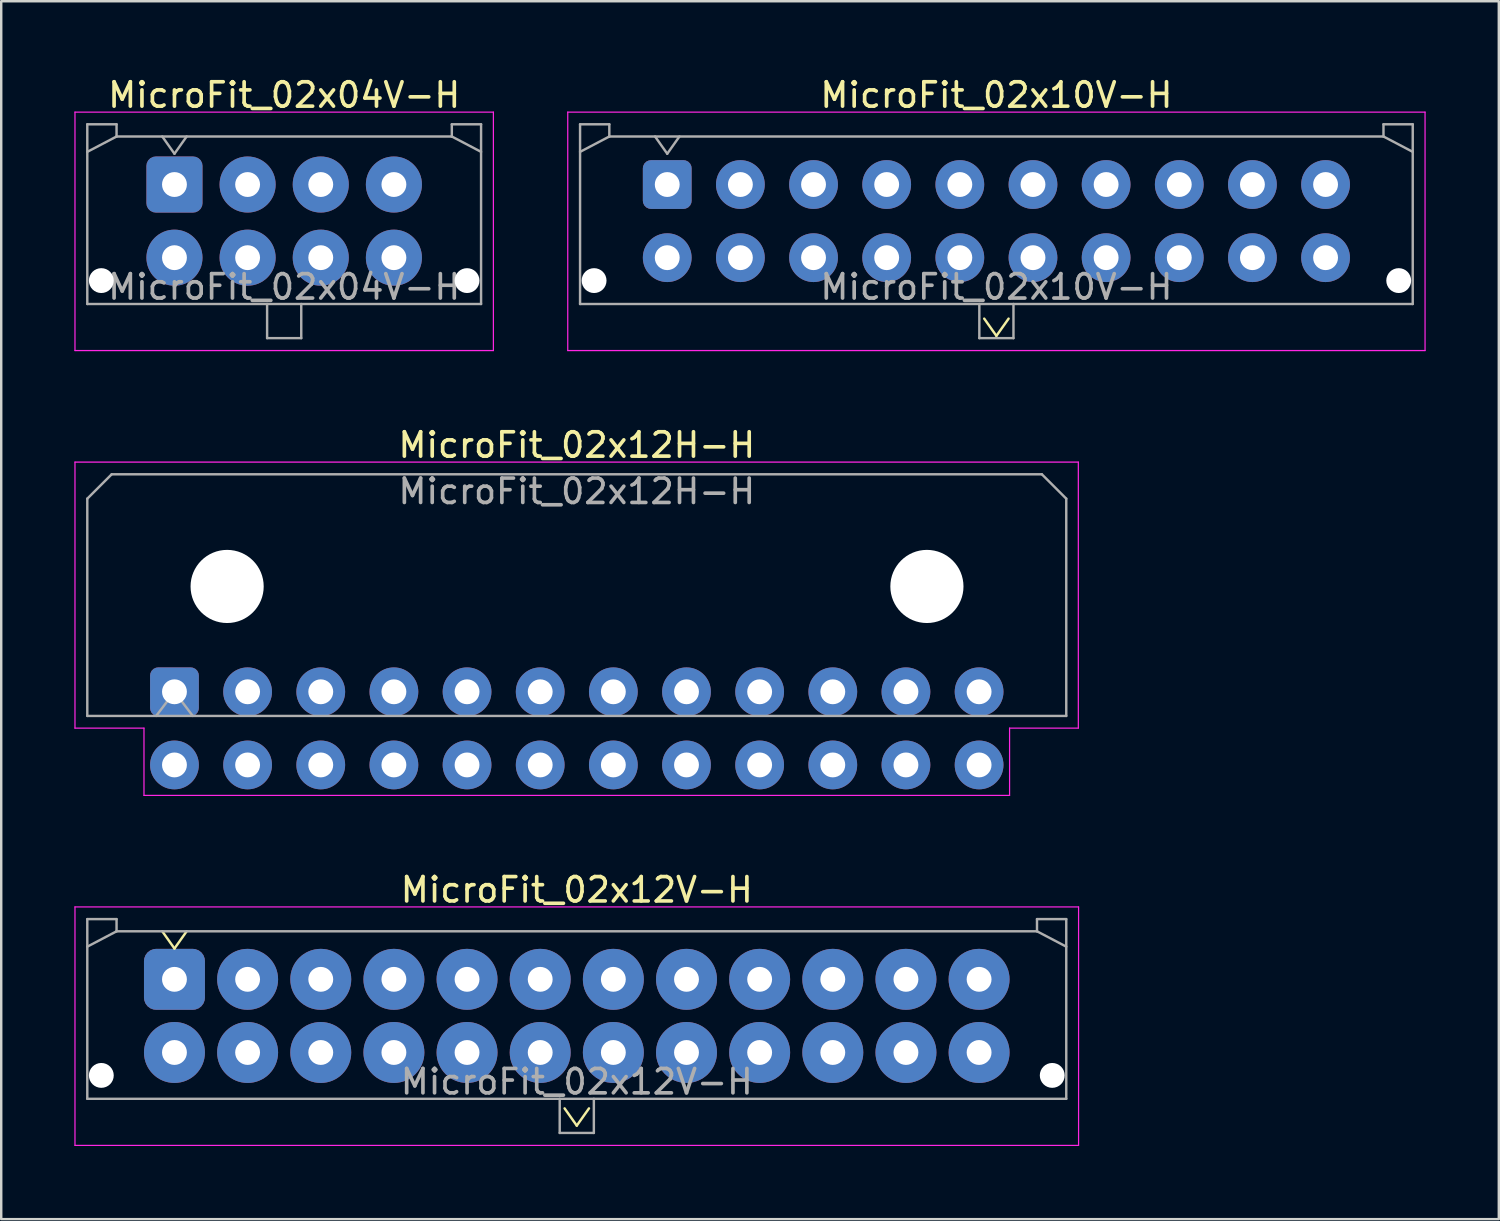
<source format=kicad_pcb>
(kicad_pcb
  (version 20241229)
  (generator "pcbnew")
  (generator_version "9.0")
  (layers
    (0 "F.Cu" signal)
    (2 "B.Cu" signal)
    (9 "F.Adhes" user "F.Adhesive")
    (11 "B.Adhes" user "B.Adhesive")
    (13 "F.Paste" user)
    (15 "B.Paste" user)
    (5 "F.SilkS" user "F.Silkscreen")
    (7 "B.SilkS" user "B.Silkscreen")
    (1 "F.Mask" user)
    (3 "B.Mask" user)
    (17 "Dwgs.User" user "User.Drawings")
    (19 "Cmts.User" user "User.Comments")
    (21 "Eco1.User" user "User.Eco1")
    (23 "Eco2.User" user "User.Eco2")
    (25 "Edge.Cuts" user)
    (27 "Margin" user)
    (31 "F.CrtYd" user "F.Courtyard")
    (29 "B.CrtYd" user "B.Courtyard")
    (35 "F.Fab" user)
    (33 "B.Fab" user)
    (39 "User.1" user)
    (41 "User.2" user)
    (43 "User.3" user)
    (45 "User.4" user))
  (footprint "MicroFit_02x10V-H"
    (layer "F.Cu")
    (at 37.815 6.018)
    (property "Reference" "MicroFit_02x10V-H" (at 0 -5.17 0) (layer "F.SilkS") (effects (font (size 1 1) (thickness 0.15))))
    (attr through_hole)
    (fp_line (start -0.5 4) (end 0 4.707) (stroke (width 0.1) (type solid)) (layer "F.SilkS"))
    (fp_line (start 0 4.707) (end 0.5 4) (stroke (width 0.1) (type solid)) (layer "F.SilkS"))
    (fp_line (start -17.58 -4.47) (end 17.58 -4.47) (stroke (width 0.05) (type solid)) (layer "F.CrtYd"))
    (fp_line (start -17.58 5.31) (end -17.58 -4.47) (stroke (width 0.05) (type solid)) (layer "F.CrtYd"))
    (fp_line (start 17.58 -4.47) (end 17.58 5.31) (stroke (width 0.05) (type solid)) (layer "F.CrtYd"))
    (fp_line (start 17.58 5.31) (end -17.58 5.31) (stroke (width 0.05) (type solid)) (layer "F.CrtYd"))
    (fp_line (start -17.075 -3.97) (end -17.075 3.4) (stroke (width 0.1) (type solid)) (layer "F.Fab"))
    (fp_line (start -17.075 -2.84) (end -15.875 -3.47) (stroke (width 0.1) (type solid)) (layer "F.Fab"))
    (fp_line (start -17.075 3.4) (end 17.075 3.4) (stroke (width 0.1) (type solid)) (layer "F.Fab"))
    (fp_line (start -15.875 -3.97) (end -17.075 -3.97) (stroke (width 0.1) (type solid)) (layer "F.Fab"))
    (fp_line (start -15.875 -3.47) (end -15.875 -3.97) (stroke (width 0.1) (type solid)) (layer "F.Fab"))
    (fp_line (start -14 -3.47) (end -13.5 -2.763) (stroke (width 0.1) (type solid)) (layer "F.Fab"))
    (fp_line (start -13.5 -2.763) (end -13 -3.47) (stroke (width 0.1) (type solid)) (layer "F.Fab"))
    (fp_line (start -0.7 3.4) (end -0.7 4.8) (stroke (width 0.1) (type solid)) (layer "F.Fab"))
    (fp_line (start -0.7 4.8) (end 0.7 4.8) (stroke (width 0.1) (type solid)) (layer "F.Fab"))
    (fp_line (start 0.7 4.8) (end 0.7 3.4) (stroke (width 0.1) (type solid)) (layer "F.Fab"))
    (fp_line (start 15.875 -3.97) (end 15.875 -3.47) (stroke (width 0.1) (type solid)) (layer "F.Fab"))
    (fp_line (start 15.875 -3.47) (end -15.875 -3.47) (stroke (width 0.1) (type solid)) (layer "F.Fab"))
    (fp_line (start 17.075 -3.97) (end 15.875 -3.97) (stroke (width 0.1) (type solid)) (layer "F.Fab"))
    (fp_line (start 17.075 -2.84) (end 15.875 -3.47) (stroke (width 0.1) (type solid)) (layer "F.Fab"))
    (fp_line (start 17.075 3.4) (end 17.075 -3.97) (stroke (width 0.1) (type solid)) (layer "F.Fab"))
    (fp_line (start -1.5 -1.5) (end 1.5 1.5) (stroke (width 0.1) (type default)) (layer "User.1"))
    (fp_line (start 1.5 -1.5) (end -1.5 1.5) (stroke (width 0.1) (type default)) (layer "User.1"))
    (fp_text user "${REFERENCE}" (at 0 2.7 0) (layer "F.Fab") (effects (font (size 1 1) (thickness 0.15))))
    (pad "" np_thru_hole circle (at -16.5 2.44) (size 1.02 1.02) (drill 1.02) (layers "*.Cu" "*.Mask"))
    (pad "" np_thru_hole circle (at 16.5 2.44) (size 1.02 1.02) (drill 1.02) (layers "*.Cu" "*.Mask"))
    (pad "1" thru_hole roundrect (at -13.5 -1.5) (size 2 2) (drill 1.02) (layers "*.Cu" "*.Mask") (roundrect_rratio 0.167))
    (pad "2" thru_hole circle (at -10.5 -1.5) (size 2 2) (drill 1.02) (layers "*.Cu" "*.Mask"))
    (pad "3" thru_hole circle (at -7.5 -1.5) (size 2 2) (drill 1.02) (layers "*.Cu" "*.Mask"))
    (pad "4" thru_hole circle (at -4.5 -1.5) (size 2 2) (drill 1.02) (layers "*.Cu" "*.Mask"))
    (pad "5" thru_hole circle (at -1.5 -1.5) (size 2 2) (drill 1.02) (layers "*.Cu" "*.Mask"))
    (pad "6" thru_hole circle (at 1.5 -1.5) (size 2 2) (drill 1.02) (layers "*.Cu" "*.Mask"))
    (pad "7" thru_hole circle (at 4.5 -1.5) (size 2 2) (drill 1.02) (layers "*.Cu" "*.Mask"))
    (pad "8" thru_hole circle (at 7.5 -1.5) (size 2 2) (drill 1.02) (layers "*.Cu" "*.Mask"))
    (pad "9" thru_hole circle (at 10.5 -1.5) (size 2 2) (drill 1.02) (layers "*.Cu" "*.Mask"))
    (pad "10" thru_hole circle (at 13.5 -1.5) (size 2 2) (drill 1.02) (layers "*.Cu" "*.Mask"))
    (pad "11" thru_hole circle (at -13.5 1.5) (size 2 2) (drill 1.02) (layers "*.Cu" "*.Mask"))
    (pad "12" thru_hole circle (at -10.5 1.5) (size 2 2) (drill 1.02) (layers "*.Cu" "*.Mask"))
    (pad "13" thru_hole circle (at -7.5 1.5) (size 2 2) (drill 1.02) (layers "*.Cu" "*.Mask"))
    (pad "14" thru_hole circle (at -4.5 1.5) (size 2 2) (drill 1.02) (layers "*.Cu" "*.Mask"))
    (pad "15" thru_hole circle (at -1.5 1.5) (size 2 2) (drill 1.02) (layers "*.Cu" "*.Mask"))
    (pad "16" thru_hole circle (at 1.5 1.5) (size 2 2) (drill 1.02) (layers "*.Cu" "*.Mask"))
    (pad "17" thru_hole circle (at 4.5 1.5) (size 2 2) (drill 1.02) (layers "*.Cu" "*.Mask"))
    (pad "18" thru_hole circle (at 7.5 1.5) (size 2 2) (drill 1.02) (layers "*.Cu" "*.Mask"))
    (pad "19" thru_hole circle (at 10.5 1.5) (size 2 2) (drill 1.02) (layers "*.Cu" "*.Mask"))
    (pad "20" thru_hole circle (at 13.5 1.5) (size 2 2) (drill 1.02) (layers "*.Cu" "*.Mask")))
  (footprint "MicroFit_02x12H-H"
    (layer "F.Cu")
    (at 20.615 26.846)
    (property "Reference" "MicroFit_02x12H-H" (at -0.01 -11.644 0) (layer "F.SilkS") (effects (font (size 1 1) (thickness 0.15))))
    (attr through_hole)
    (fp_line (start -20.59 -10.944) (end 20.56 -10.944) (stroke (width 0.05) (type solid)) (layer "F.CrtYd"))
    (fp_line (start -20.59 -0.034) (end -20.59 -10.944) (stroke (width 0.05) (type solid)) (layer "F.CrtYd"))
    (fp_line (start -17.76 -0.034) (end -20.59 -0.034) (stroke (width 0.05) (type solid)) (layer "F.CrtYd"))
    (fp_line (start -17.76 2.726) (end -17.76 -0.034) (stroke (width 0.05) (type solid)) (layer "F.CrtYd"))
    (fp_line (start 17.74 -0.034) (end 17.74 2.726) (stroke (width 0.05) (type solid)) (layer "F.CrtYd"))
    (fp_line (start 17.74 2.726) (end -17.76 2.726) (stroke (width 0.05) (type solid)) (layer "F.CrtYd"))
    (fp_line (start 20.56 -10.944) (end 20.56 -0.034) (stroke (width 0.05) (type solid)) (layer "F.CrtYd"))
    (fp_line (start 20.56 -0.034) (end 17.74 -0.034) (stroke (width 0.05) (type solid)) (layer "F.CrtYd"))
    (fp_line (start -20.085 -9.444) (end -19.085 -10.444) (stroke (width 0.1) (type solid)) (layer "F.Fab"))
    (fp_line (start -20.085 -0.534) (end -20.085 -9.444) (stroke (width 0.1) (type solid)) (layer "F.Fab"))
    (fp_line (start -19.085 -10.444) (end 19.065 -10.444) (stroke (width 0.1) (type solid)) (layer "F.Fab"))
    (fp_line (start -17.26 -0.534) (end -16.51 -1.524) (stroke (width 0.1) (type solid)) (layer "F.Fab"))
    (fp_line (start -16.51 -1.524) (end -15.76 -0.534) (stroke (width 0.1) (type solid)) (layer "F.Fab"))
    (fp_line (start 19.065 -10.444) (end 20.065 -9.444) (stroke (width 0.1) (type solid)) (layer "F.Fab"))
    (fp_line (start 20.065 -9.444) (end 20.065 -0.534) (stroke (width 0.1) (type solid)) (layer "F.Fab"))
    (fp_line (start 20.065 -0.534) (end -20.085 -0.534) (stroke (width 0.1) (type solid)) (layer "F.Fab"))
    (fp_line (start -1.524 -1.524) (end 1.524 1.524) (stroke (width 0.1) (type default)) (layer "User.1"))
    (fp_line (start 1.524 -1.524) (end -1.524 1.524) (stroke (width 0.1) (type default)) (layer "User.1"))
    (fp_text user "${REFERENCE}" (at -0.01 -9.744 0) (layer "F.Fab") (effects (font (size 1 1) (thickness 0.15))))
    (pad "" np_thru_hole circle (at -14.35 -5.844) (size 3 3) (drill 3) (layers "*.Cu" "*.Mask"))
    (pad "" np_thru_hole circle (at 14.35 -5.844) (size 3 3) (drill 3) (layers "*.Cu" "*.Mask"))
    (pad "1" thru_hole roundrect (at -16.51 -1.524) (size 2 2) (drill 1.02) (layers "*.Cu" "*.Mask") (roundrect_rratio 0.167))
    (pad "2" thru_hole circle (at -13.51 -1.524) (size 2 2) (drill 1.02) (layers "*.Cu" "*.Mask"))
    (pad "3" thru_hole circle (at -10.51 -1.524) (size 2 2) (drill 1.02) (layers "*.Cu" "*.Mask"))
    (pad "4" thru_hole circle (at -7.51 -1.524) (size 2 2) (drill 1.02) (layers "*.Cu" "*.Mask"))
    (pad "5" thru_hole circle (at -4.51 -1.524) (size 2 2) (drill 1.02) (layers "*.Cu" "*.Mask"))
    (pad "6" thru_hole circle (at -1.51 -1.524) (size 2 2) (drill 1.02) (layers "*.Cu" "*.Mask"))
    (pad "7" thru_hole circle (at 1.49 -1.524) (size 2 2) (drill 1.02) (layers "*.Cu" "*.Mask"))
    (pad "8" thru_hole circle (at 4.49 -1.524) (size 2 2) (drill 1.02) (layers "*.Cu" "*.Mask"))
    (pad "9" thru_hole circle (at 7.49 -1.524) (size 2 2) (drill 1.02) (layers "*.Cu" "*.Mask"))
    (pad "10" thru_hole circle (at 10.49 -1.524) (size 2 2) (drill 1.02) (layers "*.Cu" "*.Mask"))
    (pad "11" thru_hole circle (at 13.49 -1.524) (size 2 2) (drill 1.02) (layers "*.Cu" "*.Mask"))
    (pad "12" thru_hole circle (at 16.49 -1.524) (size 2 2) (drill 1.02) (layers "*.Cu" "*.Mask"))
    (pad "13" thru_hole circle (at -16.51 1.476) (size 2 2) (drill 1.02) (layers "*.Cu" "*.Mask"))
    (pad "14" thru_hole circle (at -13.51 1.476) (size 2 2) (drill 1.02) (layers "*.Cu" "*.Mask"))
    (pad "15" thru_hole circle (at -10.51 1.476) (size 2 2) (drill 1.02) (layers "*.Cu" "*.Mask"))
    (pad "16" thru_hole circle (at -7.51 1.476) (size 2 2) (drill 1.02) (layers "*.Cu" "*.Mask"))
    (pad "17" thru_hole circle (at -4.51 1.476) (size 2 2) (drill 1.02) (layers "*.Cu" "*.Mask"))
    (pad "18" thru_hole circle (at -1.51 1.476) (size 2 2) (drill 1.02) (layers "*.Cu" "*.Mask"))
    (pad "19" thru_hole circle (at 1.49 1.476) (size 2 2) (drill 1.02) (layers "*.Cu" "*.Mask"))
    (pad "20" thru_hole circle (at 4.49 1.476) (size 2 2) (drill 1.02) (layers "*.Cu" "*.Mask"))
    (pad "21" thru_hole circle (at 7.49 1.476) (size 2 2) (drill 1.02) (layers "*.Cu" "*.Mask"))
    (pad "22" thru_hole circle (at 10.49 1.476) (size 2 2) (drill 1.02) (layers "*.Cu" "*.Mask"))
    (pad "23" thru_hole circle (at 13.49 1.476) (size 2 2) (drill 1.02) (layers "*.Cu" "*.Mask"))
    (pad "24" thru_hole circle (at 16.49 1.476) (size 2 2) (drill 1.02) (layers "*.Cu" "*.Mask")))
  (footprint "MicroFit_02x12V-H"
    (layer "F.Cu")
    (at 20.605 38.615)
    (property "Reference" "MicroFit_02x12V-H" (at 0 -5.17 0) (layer "F.SilkS") (effects (font (size 1 1) (thickness 0.15))))
    (attr through_hole)
    (fp_line (start -17 -3.47) (end -16.5 -2.763) (stroke (width 0.1) (type solid)) (layer "F.SilkS"))
    (fp_line (start -16.5 -2.763) (end -16 -3.47) (stroke (width 0.1) (type solid)) (layer "F.SilkS"))
    (fp_line (start -0.5 3.793) (end 0 4.5) (stroke (width 0.1) (type solid)) (layer "F.SilkS"))
    (fp_line (start 0 4.5) (end 0.5 3.793) (stroke (width 0.1) (type solid)) (layer "F.SilkS"))
    (fp_line (start -20.58 -4.47) (end 20.58 -4.47) (stroke (width 0.05) (type solid)) (layer "F.CrtYd"))
    (fp_line (start -20.58 5.31) (end -20.58 -4.47) (stroke (width 0.05) (type solid)) (layer "F.CrtYd"))
    (fp_line (start 20.58 -4.47) (end 20.58 5.31) (stroke (width 0.05) (type solid)) (layer "F.CrtYd"))
    (fp_line (start 20.58 5.31) (end -20.58 5.31) (stroke (width 0.05) (type solid)) (layer "F.CrtYd"))
    (fp_line (start -20.075 -3.97) (end -20.075 3.4) (stroke (width 0.1) (type solid)) (layer "F.Fab"))
    (fp_line (start -20.075 -2.84) (end -18.875 -3.47) (stroke (width 0.1) (type solid)) (layer "F.Fab"))
    (fp_line (start -20.075 3.4) (end 20.075 3.4) (stroke (width 0.1) (type solid)) (layer "F.Fab"))
    (fp_line (start -18.875 -3.97) (end -20.075 -3.97) (stroke (width 0.1) (type solid)) (layer "F.Fab"))
    (fp_line (start -18.875 -3.47) (end -18.875 -3.97) (stroke (width 0.1) (type solid)) (layer "F.Fab"))
    (fp_line (start -0.7 3.4) (end -0.7 4.8) (stroke (width 0.1) (type solid)) (layer "F.Fab"))
    (fp_line (start -0.7 4.8) (end 0.7 4.8) (stroke (width 0.1) (type solid)) (layer "F.Fab"))
    (fp_line (start 0.7 4.8) (end 0.7 3.4) (stroke (width 0.1) (type solid)) (layer "F.Fab"))
    (fp_line (start 18.875 -3.97) (end 18.875 -3.47) (stroke (width 0.1) (type solid)) (layer "F.Fab"))
    (fp_line (start 18.875 -3.47) (end -18.875 -3.47) (stroke (width 0.1) (type solid)) (layer "F.Fab"))
    (fp_line (start 20.075 -3.97) (end 18.875 -3.97) (stroke (width 0.1) (type solid)) (layer "F.Fab"))
    (fp_line (start 20.075 -2.84) (end 18.875 -3.47) (stroke (width 0.1) (type solid)) (layer "F.Fab"))
    (fp_line (start 20.075 3.4) (end 20.075 -3.97) (stroke (width 0.1) (type solid)) (layer "F.Fab"))
    (fp_line (start -1.5 -1.5) (end 1.5 1.5) (stroke (width 0.12) (type default)) (layer "User.1"))
    (fp_line (start 1.5 -1.5) (end -1.5 1.5) (stroke (width 0.12) (type default)) (layer "User.1"))
    (fp_text user "${REFERENCE}" (at 0 2.7 0) (layer "F.Fab") (effects (font (size 1 1) (thickness 0.15))))
    (pad "" np_thru_hole circle (at -19.5 2.44) (size 1.02 1.02) (drill 1.02) (layers "*.Cu" "*.Mask"))
    (pad "" np_thru_hole circle (at 19.5 2.44) (size 1.02 1.02) (drill 1.02) (layers "*.Cu" "*.Mask"))
    (pad "1" thru_hole roundrect (at -16.5 -1.5) (size 2.5 2.5) (drill 1.02) (layers "*.Cu" "*.Mask") (roundrect_rratio 0.2))
    (pad "2" thru_hole circle (at -13.5 -1.5) (size 2.5 2.5) (drill 1.02) (layers "*.Cu" "*.Mask"))
    (pad "3" thru_hole circle (at -10.5 -1.5) (size 2.5 2.5) (drill 1.02) (layers "*.Cu" "*.Mask"))
    (pad "4" thru_hole circle (at -7.5 -1.5) (size 2.5 2.5) (drill 1.02) (layers "*.Cu" "*.Mask"))
    (pad "5" thru_hole circle (at -4.5 -1.5) (size 2.5 2.5) (drill 1.02) (layers "*.Cu" "*.Mask"))
    (pad "6" thru_hole circle (at -1.5 -1.5) (size 2.5 2.5) (drill 1.02) (layers "*.Cu" "*.Mask"))
    (pad "7" thru_hole circle (at 1.5 -1.5) (size 2.5 2.5) (drill 1.02) (layers "*.Cu" "*.Mask"))
    (pad "8" thru_hole circle (at 4.5 -1.5) (size 2.5 2.5) (drill 1.02) (layers "*.Cu" "*.Mask"))
    (pad "9" thru_hole circle (at 7.5 -1.5) (size 2.5 2.5) (drill 1.02) (layers "*.Cu" "*.Mask"))
    (pad "10" thru_hole circle (at 10.5 -1.5) (size 2.5 2.5) (drill 1.02) (layers "*.Cu" "*.Mask"))
    (pad "11" thru_hole circle (at 13.5 -1.5) (size 2.5 2.5) (drill 1.02) (layers "*.Cu" "*.Mask"))
    (pad "12" thru_hole circle (at 16.5 -1.5) (size 2.5 2.5) (drill 1.02) (layers "*.Cu" "*.Mask"))
    (pad "13" thru_hole circle (at -16.5 1.5) (size 2.5 2.5) (drill 1.02) (layers "*.Cu" "*.Mask"))
    (pad "14" thru_hole circle (at -13.5 1.5) (size 2.5 2.5) (drill 1.02) (layers "*.Cu" "*.Mask"))
    (pad "15" thru_hole circle (at -10.5 1.5) (size 2.5 2.5) (drill 1.02) (layers "*.Cu" "*.Mask"))
    (pad "16" thru_hole circle (at -7.5 1.5) (size 2.5 2.5) (drill 1.02) (layers "*.Cu" "*.Mask"))
    (pad "17" thru_hole circle (at -4.5 1.5) (size 2.5 2.5) (drill 1.02) (layers "*.Cu" "*.Mask"))
    (pad "18" thru_hole circle (at -1.5 1.5) (size 2.5 2.5) (drill 1.02) (layers "*.Cu" "*.Mask"))
    (pad "19" thru_hole circle (at 1.5 1.5) (size 2.5 2.5) (drill 1.02) (layers "*.Cu" "*.Mask"))
    (pad "20" thru_hole circle (at 4.5 1.5) (size 2.5 2.5) (drill 1.02) (layers "*.Cu" "*.Mask"))
    (pad "21" thru_hole circle (at 7.5 1.5) (size 2.5 2.5) (drill 1.02) (layers "*.Cu" "*.Mask"))
    (pad "22" thru_hole circle (at 10.5 1.5) (size 2.5 2.5) (drill 1.02) (layers "*.Cu" "*.Mask"))
    (pad "23" thru_hole circle (at 13.5 1.5) (size 2.5 2.5) (drill 1.02) (layers "*.Cu" "*.Mask"))
    (pad "24" thru_hole circle (at 16.5 1.5) (size 2.5 2.5) (drill 1.02) (layers "*.Cu" "*.Mask")))
  (footprint "MicroFit_02x04V-H"
    (layer "F.Cu")
    (at 8.605 6.018)
    (property "Reference" "MicroFit_02x04V-H" (at 0 -5.17 0) (layer "F.SilkS") (effects (font (size 1 1) (thickness 0.15))))
    (attr through_hole)
    (fp_line (start -8.58 -4.47) (end 8.58 -4.47) (stroke (width 0.05) (type solid)) (layer "F.CrtYd"))
    (fp_line (start -8.58 5.31) (end -8.58 -4.47) (stroke (width 0.05) (type solid)) (layer "F.CrtYd"))
    (fp_line (start 8.58 -4.47) (end 8.58 5.31) (stroke (width 0.05) (type solid)) (layer "F.CrtYd"))
    (fp_line (start 8.58 5.31) (end -8.58 5.31) (stroke (width 0.05) (type solid)) (layer "F.CrtYd"))
    (fp_line (start -8.075 -3.97) (end -8.075 3.4) (stroke (width 0.1) (type solid)) (layer "F.Fab"))
    (fp_line (start -8.075 -2.84) (end -6.875 -3.47) (stroke (width 0.1) (type solid)) (layer "F.Fab"))
    (fp_line (start -8.075 3.4) (end 8.075 3.4) (stroke (width 0.1) (type solid)) (layer "F.Fab"))
    (fp_line (start -6.875 -3.97) (end -8.075 -3.97) (stroke (width 0.1) (type solid)) (layer "F.Fab"))
    (fp_line (start -6.875 -3.47) (end -6.875 -3.97) (stroke (width 0.1) (type solid)) (layer "F.Fab"))
    (fp_line (start -5 -3.47) (end -4.5 -2.763) (stroke (width 0.1) (type solid)) (layer "F.Fab"))
    (fp_line (start -4.5 -2.763) (end -4 -3.47) (stroke (width 0.1) (type solid)) (layer "F.Fab"))
    (fp_line (start -0.7 3.4) (end -0.7 4.8) (stroke (width 0.1) (type solid)) (layer "F.Fab"))
    (fp_line (start -0.7 4.8) (end 0.7 4.8) (stroke (width 0.1) (type solid)) (layer "F.Fab"))
    (fp_line (start 0.7 4.8) (end 0.7 3.4) (stroke (width 0.1) (type solid)) (layer "F.Fab"))
    (fp_line (start 6.875 -3.97) (end 6.875 -3.47) (stroke (width 0.1) (type solid)) (layer "F.Fab"))
    (fp_line (start 6.875 -3.47) (end -6.875 -3.47) (stroke (width 0.1) (type solid)) (layer "F.Fab"))
    (fp_line (start 8.075 -3.97) (end 6.875 -3.97) (stroke (width 0.1) (type solid)) (layer "F.Fab"))
    (fp_line (start 8.075 -2.84) (end 6.875 -3.47) (stroke (width 0.1) (type solid)) (layer "F.Fab"))
    (fp_line (start 8.075 3.4) (end 8.075 -3.97) (stroke (width 0.1) (type solid)) (layer "F.Fab"))
    (fp_text user "${REFERENCE}" (at 0 2.7 0) (layer "F.Fab") (effects (font (size 1 1) (thickness 0.15))))
    (pad "" np_thru_hole circle (at -7.5 2.44) (size 1.02 1.02) (drill 1.02) (layers "*.Cu" "*.Mask"))
    (pad "" np_thru_hole circle (at 7.5 2.44) (size 1.02 1.02) (drill 1.02) (layers "*.Cu" "*.Mask"))
    (pad "1" thru_hole roundrect (at -4.5 -1.5) (size 2.3 2.3) (drill 1.02) (layers "*.Cu" "*.Mask") (roundrect_rratio 0.167))
    (pad "2" thru_hole circle (at -1.5 -1.5) (size 2.3 2.3) (drill 1.02) (layers "*.Cu" "*.Mask"))
    (pad "3" thru_hole circle (at 1.5 -1.5) (size 2.3 2.3) (drill 1.02) (layers "*.Cu" "*.Mask"))
    (pad "4" thru_hole circle (at 4.5 -1.5) (size 2.3 2.3) (drill 1.02) (layers "*.Cu" "*.Mask"))
    (pad "5" thru_hole circle (at -4.5 1.5) (size 2.3 2.3) (drill 1.02) (layers "*.Cu" "*.Mask"))
    (pad "6" thru_hole circle (at -1.5 1.5) (size 2.3 2.3) (drill 1.02) (layers "*.Cu" "*.Mask"))
    (pad "7" thru_hole circle (at 1.5 1.5) (size 2.3 2.3) (drill 1.02) (layers "*.Cu" "*.Mask"))
    (pad "8" thru_hole circle (at 4.5 1.5) (size 2.3 2.3) (drill 1.02) (layers "*.Cu" "*.Mask")))
  (gr_rect
    (start -3 -3)
    (end 58.42 46.95)
    (stroke (width 0.1) (type default))
    (fill no)
    (layer "Edge.Cuts")))
</source>
